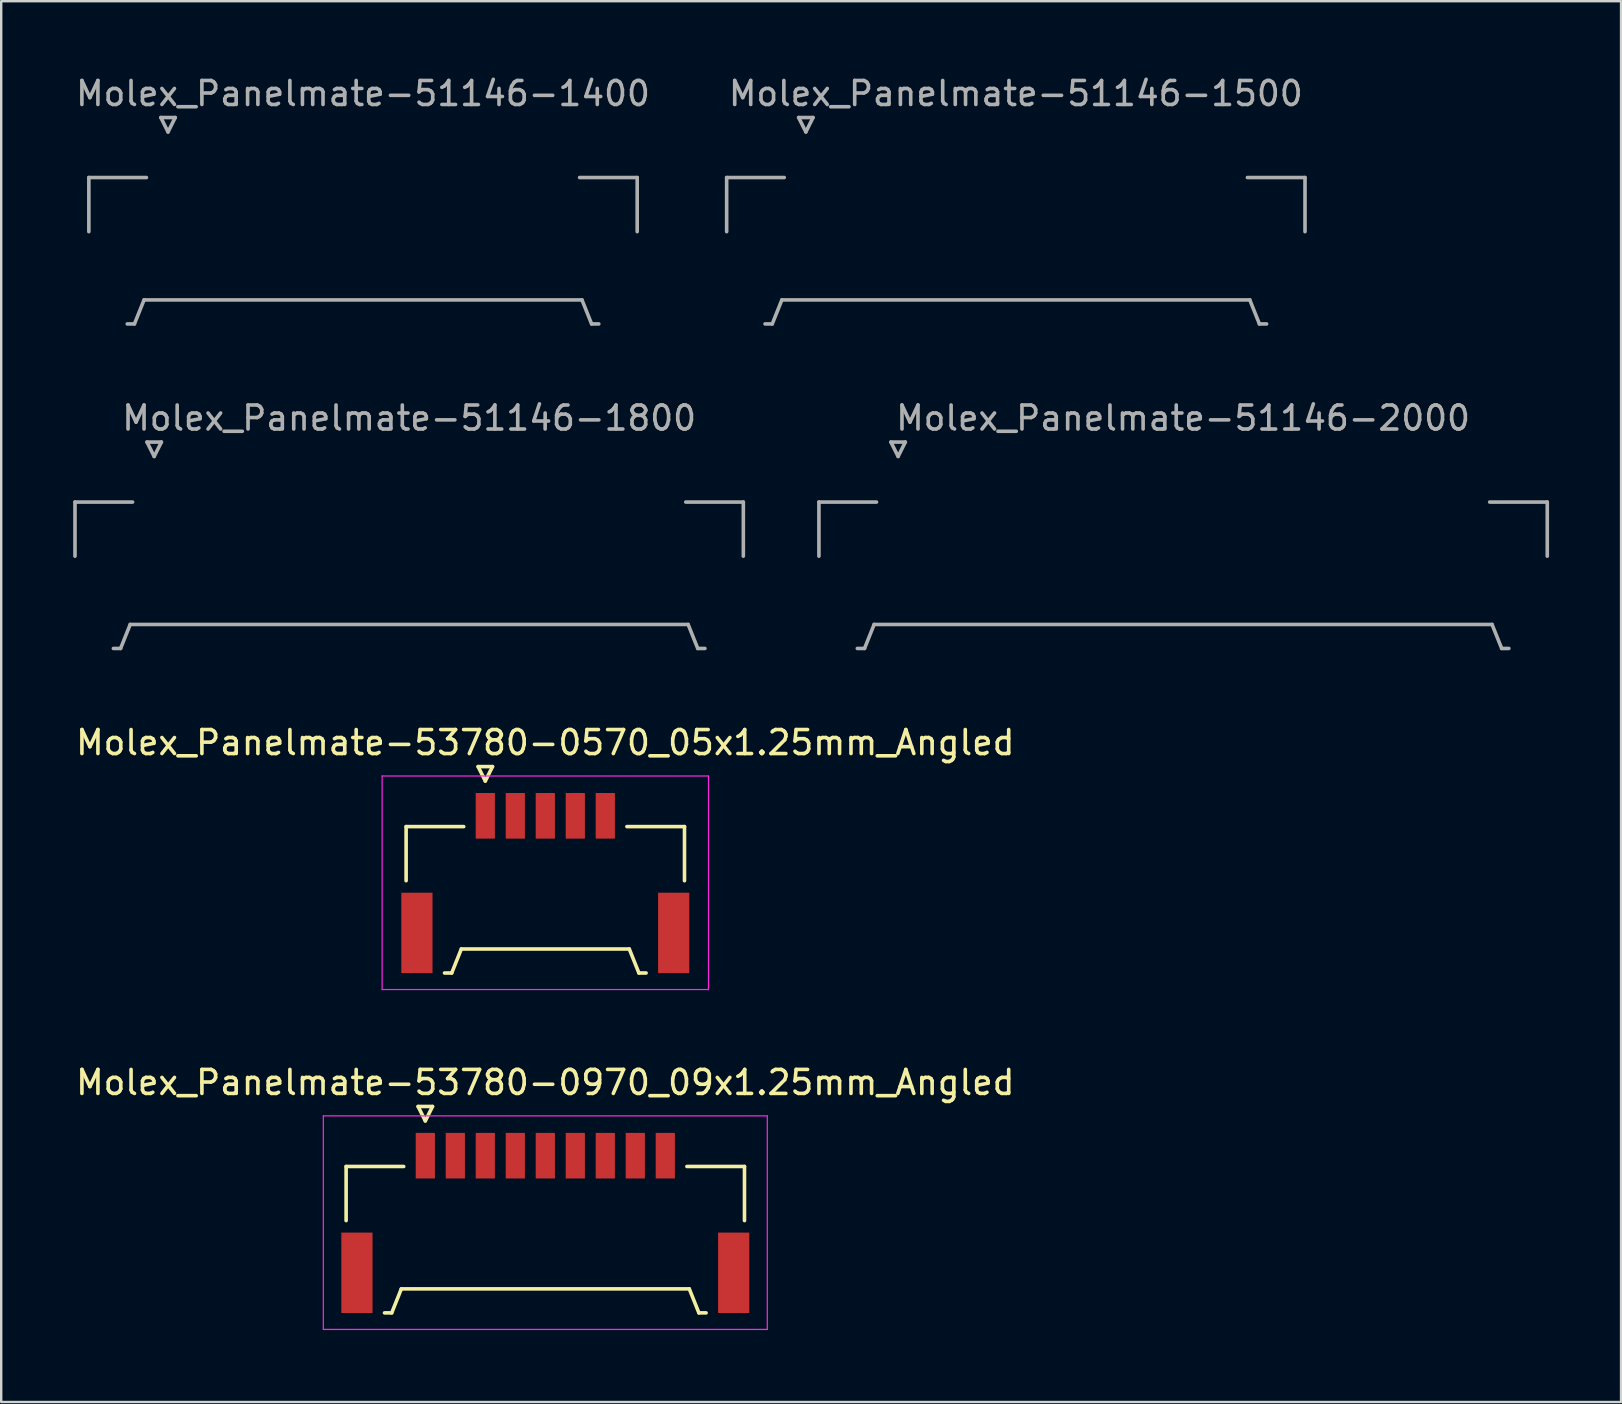
<source format=kicad_pcb>
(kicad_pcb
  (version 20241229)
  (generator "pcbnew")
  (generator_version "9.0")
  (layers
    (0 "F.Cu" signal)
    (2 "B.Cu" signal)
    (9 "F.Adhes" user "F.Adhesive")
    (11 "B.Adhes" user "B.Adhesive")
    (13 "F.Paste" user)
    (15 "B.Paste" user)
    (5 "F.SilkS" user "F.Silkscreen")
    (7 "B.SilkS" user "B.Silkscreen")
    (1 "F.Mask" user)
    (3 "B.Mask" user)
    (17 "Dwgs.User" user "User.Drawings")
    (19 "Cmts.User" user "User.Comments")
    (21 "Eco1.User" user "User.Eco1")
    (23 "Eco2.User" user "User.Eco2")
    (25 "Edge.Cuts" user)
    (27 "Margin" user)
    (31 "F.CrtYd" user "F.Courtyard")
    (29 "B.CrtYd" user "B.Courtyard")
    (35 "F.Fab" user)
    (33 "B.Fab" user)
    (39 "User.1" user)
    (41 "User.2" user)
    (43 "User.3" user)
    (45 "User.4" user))
  (footprint "Molex_Panelmate-51146-2000"
    (layer "F.Cu")
    (at 46.25 19.861)
    (property "Reference" "Molex_Panelmate-51146-2000" (at 0 -5.49 0) (layer "F.Fab") (effects (font (size 1 1) (thickness 0.15))))
    (attr smd)
    (fp_line (start -15.175 -1.99) (end -15.175 0.265) (stroke (width 0.15) (type solid)) (layer "F.Fab"))
    (fp_line (start -13.575 4.11) (end -13.275 4.11) (stroke (width 0.15) (type solid)) (layer "F.Fab"))
    (fp_line (start -13.275 4.11) (end -12.875 3.11) (stroke (width 0.15) (type solid)) (layer "F.Fab"))
    (fp_line (start -12.875 3.11) (end 12.875 3.11) (stroke (width 0.15) (type solid)) (layer "F.Fab"))
    (fp_line (start -12.775 -1.99) (end -15.175 -1.99) (stroke (width 0.15) (type solid)) (layer "F.Fab"))
    (fp_line (start -12.175 -4.49) (end -11.875 -3.89) (stroke (width 0.15) (type solid)) (layer "F.Fab"))
    (fp_line (start -11.875 -3.89) (end -11.575 -4.49) (stroke (width 0.15) (type solid)) (layer "F.Fab"))
    (fp_line (start -11.575 -4.49) (end -12.175 -4.49) (stroke (width 0.15) (type solid)) (layer "F.Fab"))
    (fp_line (start 12.775 -1.99) (end 15.175 -1.99) (stroke (width 0.15) (type solid)) (layer "F.Fab"))
    (fp_line (start 12.875 3.11) (end 13.275 4.11) (stroke (width 0.15) (type solid)) (layer "F.Fab"))
    (fp_line (start 13.275 4.11) (end 13.575 4.11) (stroke (width 0.15) (type solid)) (layer "F.Fab"))
    (fp_line (start 15.175 -1.99) (end 15.175 0.265) (stroke (width 0.15) (type solid)) (layer "F.Fab")))
  (footprint "Molex_Panelmate-51146-1800"
    (layer "F.Cu")
    (at 14 19.861)
    (property "Reference" "Molex_Panelmate-51146-1800" (at 0 -5.49 0) (layer "F.Fab") (effects (font (size 1 1) (thickness 0.15))))
    (attr smd)
    (fp_line (start -13.925 -1.99) (end -13.925 0.265) (stroke (width 0.15) (type solid)) (layer "F.Fab"))
    (fp_line (start -12.325 4.11) (end -12.025 4.11) (stroke (width 0.15) (type solid)) (layer "F.Fab"))
    (fp_line (start -12.025 4.11) (end -11.625 3.11) (stroke (width 0.15) (type solid)) (layer "F.Fab"))
    (fp_line (start -11.625 3.11) (end 11.625 3.11) (stroke (width 0.15) (type solid)) (layer "F.Fab"))
    (fp_line (start -11.525 -1.99) (end -13.925 -1.99) (stroke (width 0.15) (type solid)) (layer "F.Fab"))
    (fp_line (start -10.925 -4.49) (end -10.625 -3.89) (stroke (width 0.15) (type solid)) (layer "F.Fab"))
    (fp_line (start -10.625 -3.89) (end -10.325 -4.49) (stroke (width 0.15) (type solid)) (layer "F.Fab"))
    (fp_line (start -10.325 -4.49) (end -10.925 -4.49) (stroke (width 0.15) (type solid)) (layer "F.Fab"))
    (fp_line (start 11.525 -1.99) (end 13.925 -1.99) (stroke (width 0.15) (type solid)) (layer "F.Fab"))
    (fp_line (start 11.625 3.11) (end 12.025 4.11) (stroke (width 0.15) (type solid)) (layer "F.Fab"))
    (fp_line (start 12.025 4.11) (end 12.325 4.11) (stroke (width 0.15) (type solid)) (layer "F.Fab"))
    (fp_line (start 13.925 -1.99) (end 13.925 0.265) (stroke (width 0.15) (type solid)) (layer "F.Fab")))
  (footprint "Molex_Panelmate-51146-1500"
    (layer "F.Cu")
    (at 39.28 6.338)
    (property "Reference" "Molex_Panelmate-51146-1500" (at 0 -5.49 0) (layer "F.Fab") (effects (font (size 1 1) (thickness 0.15))))
    (attr smd)
    (fp_line (start -12.05 -1.99) (end -12.05 0.265) (stroke (width 0.15) (type solid)) (layer "F.Fab"))
    (fp_line (start -10.45 4.11) (end -10.15 4.11) (stroke (width 0.15) (type solid)) (layer "F.Fab"))
    (fp_line (start -10.15 4.11) (end -9.75 3.11) (stroke (width 0.15) (type solid)) (layer "F.Fab"))
    (fp_line (start -9.75 3.11) (end 9.75 3.11) (stroke (width 0.15) (type solid)) (layer "F.Fab"))
    (fp_line (start -9.65 -1.99) (end -12.05 -1.99) (stroke (width 0.15) (type solid)) (layer "F.Fab"))
    (fp_line (start -9.05 -4.49) (end -8.75 -3.89) (stroke (width 0.15) (type solid)) (layer "F.Fab"))
    (fp_line (start -8.75 -3.89) (end -8.45 -4.49) (stroke (width 0.15) (type solid)) (layer "F.Fab"))
    (fp_line (start -8.45 -4.49) (end -9.05 -4.49) (stroke (width 0.15) (type solid)) (layer "F.Fab"))
    (fp_line (start 9.65 -1.99) (end 12.05 -1.99) (stroke (width 0.15) (type solid)) (layer "F.Fab"))
    (fp_line (start 9.75 3.11) (end 10.15 4.11) (stroke (width 0.15) (type solid)) (layer "F.Fab"))
    (fp_line (start 10.15 4.11) (end 10.45 4.11) (stroke (width 0.15) (type solid)) (layer "F.Fab"))
    (fp_line (start 12.05 -1.99) (end 12.05 0.265) (stroke (width 0.15) (type solid)) (layer "F.Fab")))
  (footprint "Molex_Panelmate-53780-0970_09x1.25mm_Angled"
    (layer "F.Cu")
    (at 19.673 47.548)
    (property "Reference" "Molex_Panelmate-53780-0970_09x1.25mm_Angled" (at 0 -5.49 0) (layer "F.SilkS") (effects (font (size 1 1) (thickness 0.15))))
    (attr smd)
    (fp_line (start -8.3 -1.99) (end -8.3 0.265) (stroke (width 0.15) (type solid)) (layer "F.SilkS"))
    (fp_line (start -6.7 4.11) (end -6.4 4.11) (stroke (width 0.15) (type solid)) (layer "F.SilkS"))
    (fp_line (start -6.4 4.11) (end -6 3.11) (stroke (width 0.15) (type solid)) (layer "F.SilkS"))
    (fp_line (start -6 3.11) (end 6 3.11) (stroke (width 0.15) (type solid)) (layer "F.SilkS"))
    (fp_line (start -5.9 -1.99) (end -8.3 -1.99) (stroke (width 0.15) (type solid)) (layer "F.SilkS"))
    (fp_line (start -5.3 -4.49) (end -5 -3.89) (stroke (width 0.15) (type solid)) (layer "F.SilkS"))
    (fp_line (start -5 -3.89) (end -4.7 -4.49) (stroke (width 0.15) (type solid)) (layer "F.SilkS"))
    (fp_line (start -4.7 -4.49) (end -5.3 -4.49) (stroke (width 0.15) (type solid)) (layer "F.SilkS"))
    (fp_line (start 5.9 -1.99) (end 8.3 -1.99) (stroke (width 0.15) (type solid)) (layer "F.SilkS"))
    (fp_line (start 6 3.11) (end 6.4 4.11) (stroke (width 0.15) (type solid)) (layer "F.SilkS"))
    (fp_line (start 6.4 4.11) (end 6.7 4.11) (stroke (width 0.15) (type solid)) (layer "F.SilkS"))
    (fp_line (start 8.3 -1.99) (end 8.3 0.265) (stroke (width 0.15) (type solid)) (layer "F.SilkS"))
    (fp_line (start -9.25 -4.1) (end -9.25 4.8) (stroke (width 0.05) (type solid)) (layer "F.CrtYd"))
    (fp_line (start -9.25 4.8) (end 9.25 4.8) (stroke (width 0.05) (type solid)) (layer "F.CrtYd"))
    (fp_line (start 9.25 -4.1) (end -9.25 -4.1) (stroke (width 0.05) (type solid)) (layer "F.CrtYd"))
    (fp_line (start 9.25 4.8) (end 9.25 -4.1) (stroke (width 0.05) (type solid)) (layer "F.CrtYd"))
    (pad "" smd rect (at -7.85 2.44) (size 1.3 3.35) (layers "F.Cu" "F.Mask" "F.Paste"))
    (pad "" smd rect (at 7.85 2.44) (size 1.3 3.35) (layers "F.Cu" "F.Mask" "F.Paste"))
    (pad "1" smd rect (at -5 -2.44) (size 0.8 1.9) (layers "F.Cu" "F.Mask" "F.Paste"))
    (pad "2" smd rect (at -3.75 -2.44) (size 0.8 1.9) (layers "F.Cu" "F.Mask" "F.Paste"))
    (pad "3" smd rect (at -2.5 -2.44) (size 0.8 1.9) (layers "F.Cu" "F.Mask" "F.Paste"))
    (pad "4" smd rect (at -1.25 -2.44) (size 0.8 1.9) (layers "F.Cu" "F.Mask" "F.Paste"))
    (pad "5" smd rect (at 0 -2.44) (size 0.8 1.9) (layers "F.Cu" "F.Mask" "F.Paste"))
    (pad "6" smd rect (at 1.25 -2.44) (size 0.8 1.9) (layers "F.Cu" "F.Mask" "F.Paste"))
    (pad "7" smd rect (at 2.5 -2.44) (size 0.8 1.9) (layers "F.Cu" "F.Mask" "F.Paste"))
    (pad "8" smd rect (at 3.75 -2.44) (size 0.8 1.9) (layers "F.Cu" "F.Mask" "F.Paste"))
    (pad "9" smd rect (at 5 -2.44) (size 0.8 1.9) (layers "F.Cu" "F.Mask" "F.Paste")))
  (footprint "Molex_Panelmate-51146-1400"
    (layer "F.Cu")
    (at 12.077 6.338)
    (property "Reference" "Molex_Panelmate-51146-1400" (at 0 -5.49 0) (layer "F.Fab") (effects (font (size 1 1) (thickness 0.15))))
    (attr smd)
    (fp_line (start -11.425 -1.99) (end -11.425 0.265) (stroke (width 0.15) (type solid)) (layer "F.Fab"))
    (fp_line (start -9.825 4.11) (end -9.525 4.11) (stroke (width 0.15) (type solid)) (layer "F.Fab"))
    (fp_line (start -9.525 4.11) (end -9.125 3.11) (stroke (width 0.15) (type solid)) (layer "F.Fab"))
    (fp_line (start -9.125 3.11) (end 9.125 3.11) (stroke (width 0.15) (type solid)) (layer "F.Fab"))
    (fp_line (start -9.025 -1.99) (end -11.425 -1.99) (stroke (width 0.15) (type solid)) (layer "F.Fab"))
    (fp_line (start -8.425 -4.49) (end -8.125 -3.89) (stroke (width 0.15) (type solid)) (layer "F.Fab"))
    (fp_line (start -8.125 -3.89) (end -7.825 -4.49) (stroke (width 0.15) (type solid)) (layer "F.Fab"))
    (fp_line (start -7.825 -4.49) (end -8.425 -4.49) (stroke (width 0.15) (type solid)) (layer "F.Fab"))
    (fp_line (start 9.025 -1.99) (end 11.425 -1.99) (stroke (width 0.15) (type solid)) (layer "F.Fab"))
    (fp_line (start 9.125 3.11) (end 9.525 4.11) (stroke (width 0.15) (type solid)) (layer "F.Fab"))
    (fp_line (start 9.525 4.11) (end 9.825 4.11) (stroke (width 0.15) (type solid)) (layer "F.Fab"))
    (fp_line (start 11.425 -1.99) (end 11.425 0.265) (stroke (width 0.15) (type solid)) (layer "F.Fab")))
  (footprint "Molex_Panelmate-53780-0570_05x1.25mm_Angled"
    (layer "F.Cu")
    (at 19.673 33.385)
    (property "Reference" "Molex_Panelmate-53780-0570_05x1.25mm_Angled" (at 0 -5.49 0) (layer "F.SilkS") (effects (font (size 1 1) (thickness 0.15))))
    (attr smd)
    (fp_line (start -5.8 -1.99) (end -5.8 0.265) (stroke (width 0.15) (type solid)) (layer "F.SilkS"))
    (fp_line (start -4.2 4.11) (end -3.9 4.11) (stroke (width 0.15) (type solid)) (layer "F.SilkS"))
    (fp_line (start -3.9 4.11) (end -3.5 3.11) (stroke (width 0.15) (type solid)) (layer "F.SilkS"))
    (fp_line (start -3.5 3.11) (end 3.5 3.11) (stroke (width 0.15) (type solid)) (layer "F.SilkS"))
    (fp_line (start -3.4 -1.99) (end -5.8 -1.99) (stroke (width 0.15) (type solid)) (layer "F.SilkS"))
    (fp_line (start -2.8 -4.49) (end -2.5 -3.89) (stroke (width 0.15) (type solid)) (layer "F.SilkS"))
    (fp_line (start -2.5 -3.89) (end -2.2 -4.49) (stroke (width 0.15) (type solid)) (layer "F.SilkS"))
    (fp_line (start -2.2 -4.49) (end -2.8 -4.49) (stroke (width 0.15) (type solid)) (layer "F.SilkS"))
    (fp_line (start 3.4 -1.99) (end 5.8 -1.99) (stroke (width 0.15) (type solid)) (layer "F.SilkS"))
    (fp_line (start 3.5 3.11) (end 3.9 4.11) (stroke (width 0.15) (type solid)) (layer "F.SilkS"))
    (fp_line (start 3.9 4.11) (end 4.2 4.11) (stroke (width 0.15) (type solid)) (layer "F.SilkS"))
    (fp_line (start 5.8 -1.99) (end 5.8 0.265) (stroke (width 0.15) (type solid)) (layer "F.SilkS"))
    (fp_line (start -6.8 -4.1) (end -6.8 4.8) (stroke (width 0.05) (type solid)) (layer "F.CrtYd"))
    (fp_line (start -6.8 4.8) (end 6.8 4.8) (stroke (width 0.05) (type solid)) (layer "F.CrtYd"))
    (fp_line (start 6.8 -4.1) (end -6.8 -4.1) (stroke (width 0.05) (type solid)) (layer "F.CrtYd"))
    (fp_line (start 6.8 4.8) (end 6.8 -4.1) (stroke (width 0.05) (type solid)) (layer "F.CrtYd"))
    (pad "" smd rect (at -5.35 2.44) (size 1.3 3.35) (layers "F.Cu" "F.Mask" "F.Paste"))
    (pad "" smd rect (at 5.35 2.44) (size 1.3 3.35) (layers "F.Cu" "F.Mask" "F.Paste"))
    (pad "1" smd rect (at -2.5 -2.44) (size 0.8 1.9) (layers "F.Cu" "F.Mask" "F.Paste"))
    (pad "2" smd rect (at -1.25 -2.44) (size 0.8 1.9) (layers "F.Cu" "F.Mask" "F.Paste"))
    (pad "3" smd rect (at 0 -2.44) (size 0.8 1.9) (layers "F.Cu" "F.Mask" "F.Paste"))
    (pad "4" smd rect (at 1.25 -2.44) (size 0.8 1.9) (layers "F.Cu" "F.Mask" "F.Paste"))
    (pad "5" smd rect (at 2.5 -2.44) (size 0.8 1.9) (layers "F.Cu" "F.Mask" "F.Paste")))
  (gr_rect
    (start -3 -3)
    (end 64.5 55.373)
    (stroke (width 0.1) (type default))
    (fill no)
    (layer "Edge.Cuts")))
</source>
